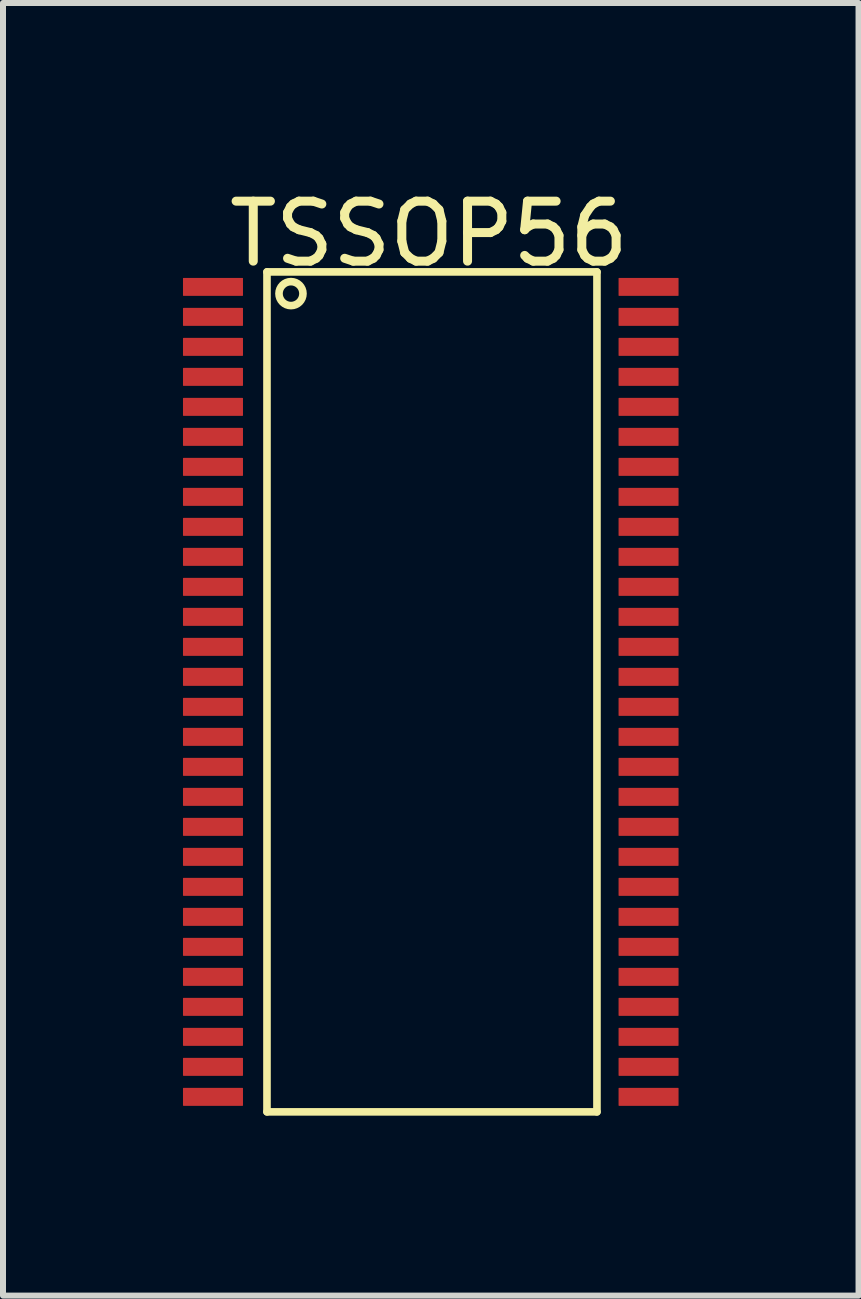
<source format=kicad_pcb>
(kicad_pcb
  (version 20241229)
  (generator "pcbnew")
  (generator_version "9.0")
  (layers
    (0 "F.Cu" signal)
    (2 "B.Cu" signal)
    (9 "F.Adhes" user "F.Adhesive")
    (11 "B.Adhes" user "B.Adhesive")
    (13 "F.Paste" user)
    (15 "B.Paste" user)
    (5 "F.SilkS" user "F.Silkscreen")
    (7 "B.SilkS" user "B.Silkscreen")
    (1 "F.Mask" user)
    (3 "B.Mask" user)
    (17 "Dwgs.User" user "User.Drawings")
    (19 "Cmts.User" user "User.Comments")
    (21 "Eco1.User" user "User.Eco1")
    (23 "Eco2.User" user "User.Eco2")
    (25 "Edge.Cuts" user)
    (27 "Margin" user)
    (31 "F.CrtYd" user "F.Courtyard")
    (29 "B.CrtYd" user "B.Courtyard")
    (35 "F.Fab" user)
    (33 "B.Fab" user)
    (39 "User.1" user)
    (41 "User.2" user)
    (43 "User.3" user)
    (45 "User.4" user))
  (footprint "TSSOP56"
    (layer "F.Cu")
    (at 4.1 8.482)
    (property "Reference" "TSSOP56" (at 0 -7.634 0) (layer "F.SilkS") (effects (font (size 1 1) (thickness 0.15))))
    (attr smd)
    (fp_line (start -2.7 -7) (end -2.7 7) (stroke (width 0.127) (type solid)) (layer "F.SilkS"))
    (fp_line (start -2.7 7) (end 2.8 7) (stroke (width 0.127) (type solid)) (layer "F.SilkS"))
    (fp_line (start 2.8 -7) (end -2.7 -7) (stroke (width 0.127) (type solid)) (layer "F.SilkS"))
    (fp_line (start 2.8 7) (end 2.8 -7) (stroke (width 0.127) (type solid)) (layer "F.SilkS"))
    (fp_circle (center -2.3 -6.638) (end -2.1 -6.638) (stroke (width 0.127) (type solid)) (fill no) (layer "F.SilkS"))
    (pad "1" smd roundrect (at -3.6 -6.75) (size 1 0.3) (layers "F.Cu" "F.Mask" "F.Paste") (roundrect_rratio 0.03))
    (pad "2" smd roundrect (at -3.6 -6.25) (size 1 0.3) (layers "F.Cu" "F.Mask" "F.Paste") (roundrect_rratio 0.03))
    (pad "3" smd roundrect (at -3.6 -5.75) (size 1 0.3) (layers "F.Cu" "F.Mask" "F.Paste") (roundrect_rratio 0.03))
    (pad "4" smd roundrect (at -3.6 -5.25) (size 1 0.3) (layers "F.Cu" "F.Mask" "F.Paste") (roundrect_rratio 0.03))
    (pad "5" smd roundrect (at -3.6 -4.75) (size 1 0.3) (layers "F.Cu" "F.Mask" "F.Paste") (roundrect_rratio 0.03))
    (pad "6" smd roundrect (at -3.6 -4.25) (size 1 0.3) (layers "F.Cu" "F.Mask" "F.Paste") (roundrect_rratio 0.03))
    (pad "7" smd roundrect (at -3.6 -3.75) (size 1 0.3) (layers "F.Cu" "F.Mask" "F.Paste") (roundrect_rratio 0.03))
    (pad "8" smd roundrect (at -3.6 -3.25) (size 1 0.3) (layers "F.Cu" "F.Mask" "F.Paste") (roundrect_rratio 0.03))
    (pad "9" smd roundrect (at -3.6 -2.75) (size 1 0.3) (layers "F.Cu" "F.Mask" "F.Paste") (roundrect_rratio 0.03))
    (pad "10" smd roundrect (at -3.6 -2.25) (size 1 0.3) (layers "F.Cu" "F.Mask" "F.Paste") (roundrect_rratio 0.03))
    (pad "11" smd roundrect (at -3.6 -1.75) (size 1 0.3) (layers "F.Cu" "F.Mask" "F.Paste") (roundrect_rratio 0.03))
    (pad "12" smd roundrect (at -3.6 -1.25) (size 1 0.3) (layers "F.Cu" "F.Mask" "F.Paste") (roundrect_rratio 0.03))
    (pad "13" smd roundrect (at -3.6 -0.75) (size 1 0.3) (layers "F.Cu" "F.Mask" "F.Paste") (roundrect_rratio 0.03))
    (pad "14" smd roundrect (at -3.6 -0.25) (size 1 0.3) (layers "F.Cu" "F.Mask" "F.Paste") (roundrect_rratio 0.03))
    (pad "15" smd roundrect (at -3.6 0.25) (size 1 0.3) (layers "F.Cu" "F.Mask" "F.Paste") (roundrect_rratio 0.03))
    (pad "16" smd roundrect (at -3.6 0.75) (size 1 0.3) (layers "F.Cu" "F.Mask" "F.Paste") (roundrect_rratio 0.03))
    (pad "17" smd roundrect (at -3.6 1.25) (size 1 0.3) (layers "F.Cu" "F.Mask" "F.Paste") (roundrect_rratio 0.03))
    (pad "18" smd roundrect (at -3.6 1.75) (size 1 0.3) (layers "F.Cu" "F.Mask" "F.Paste") (roundrect_rratio 0.03))
    (pad "19" smd roundrect (at -3.6 2.25) (size 1 0.3) (layers "F.Cu" "F.Mask" "F.Paste") (roundrect_rratio 0.03))
    (pad "20" smd roundrect (at -3.6 2.75) (size 1 0.3) (layers "F.Cu" "F.Mask" "F.Paste") (roundrect_rratio 0.03))
    (pad "21" smd roundrect (at -3.6 3.25) (size 1 0.3) (layers "F.Cu" "F.Mask" "F.Paste") (roundrect_rratio 0.03))
    (pad "22" smd roundrect (at -3.6 3.75) (size 1 0.3) (layers "F.Cu" "F.Mask" "F.Paste") (roundrect_rratio 0.03))
    (pad "23" smd roundrect (at -3.6 4.25) (size 1 0.3) (layers "F.Cu" "F.Mask" "F.Paste") (roundrect_rratio 0.03))
    (pad "24" smd roundrect (at -3.6 4.75) (size 1 0.3) (layers "F.Cu" "F.Mask" "F.Paste") (roundrect_rratio 0.03))
    (pad "25" smd roundrect (at -3.6 5.25) (size 1 0.3) (layers "F.Cu" "F.Mask" "F.Paste") (roundrect_rratio 0.03))
    (pad "26" smd roundrect (at -3.6 5.75) (size 1 0.3) (layers "F.Cu" "F.Mask" "F.Paste") (roundrect_rratio 0.03))
    (pad "27" smd roundrect (at -3.6 6.25) (size 1 0.3) (layers "F.Cu" "F.Mask" "F.Paste") (roundrect_rratio 0.03))
    (pad "28" smd roundrect (at -3.6 6.75) (size 1 0.3) (layers "F.Cu" "F.Mask" "F.Paste") (roundrect_rratio 0.03))
    (pad "29" smd roundrect (at 3.66 6.75) (size 1 0.3) (layers "F.Cu" "F.Mask" "F.Paste") (roundrect_rratio 0.03))
    (pad "30" smd roundrect (at 3.66 6.25) (size 1 0.3) (layers "F.Cu" "F.Mask" "F.Paste") (roundrect_rratio 0.03))
    (pad "31" smd roundrect (at 3.66 5.75) (size 1 0.3) (layers "F.Cu" "F.Mask" "F.Paste") (roundrect_rratio 0.03))
    (pad "32" smd roundrect (at 3.66 5.25) (size 1 0.3) (layers "F.Cu" "F.Mask" "F.Paste") (roundrect_rratio 0.03))
    (pad "33" smd roundrect (at 3.66 4.75) (size 1 0.3) (layers "F.Cu" "F.Mask" "F.Paste") (roundrect_rratio 0.03))
    (pad "34" smd roundrect (at 3.66 4.25) (size 1 0.3) (layers "F.Cu" "F.Mask" "F.Paste") (roundrect_rratio 0.03))
    (pad "35" smd roundrect (at 3.66 3.75) (size 1 0.3) (layers "F.Cu" "F.Mask" "F.Paste") (roundrect_rratio 0.03))
    (pad "36" smd roundrect (at 3.66 3.25) (size 1 0.3) (layers "F.Cu" "F.Mask" "F.Paste") (roundrect_rratio 0.03))
    (pad "37" smd roundrect (at 3.66 2.75) (size 1 0.3) (layers "F.Cu" "F.Mask" "F.Paste") (roundrect_rratio 0.03))
    (pad "38" smd roundrect (at 3.66 2.25) (size 1 0.3) (layers "F.Cu" "F.Mask" "F.Paste") (roundrect_rratio 0.03))
    (pad "39" smd roundrect (at 3.66 1.75) (size 1 0.3) (layers "F.Cu" "F.Mask" "F.Paste") (roundrect_rratio 0.03))
    (pad "40" smd roundrect (at 3.66 1.25) (size 1 0.3) (layers "F.Cu" "F.Mask" "F.Paste") (roundrect_rratio 0.03))
    (pad "41" smd roundrect (at 3.66 0.75) (size 1 0.3) (layers "F.Cu" "F.Mask" "F.Paste") (roundrect_rratio 0.03))
    (pad "42" smd roundrect (at 3.66 0.25) (size 1 0.3) (layers "F.Cu" "F.Mask" "F.Paste") (roundrect_rratio 0.03))
    (pad "43" smd roundrect (at 3.66 -0.25) (size 1 0.3) (layers "F.Cu" "F.Mask" "F.Paste") (roundrect_rratio 0.03))
    (pad "44" smd roundrect (at 3.66 -0.75) (size 1 0.3) (layers "F.Cu" "F.Mask" "F.Paste") (roundrect_rratio 0.03))
    (pad "45" smd roundrect (at 3.66 -1.25) (size 1 0.3) (layers "F.Cu" "F.Mask" "F.Paste") (roundrect_rratio 0.03))
    (pad "46" smd roundrect (at 3.66 -1.75) (size 1 0.3) (layers "F.Cu" "F.Mask" "F.Paste") (roundrect_rratio 0.03))
    (pad "47" smd roundrect (at 3.66 -2.25) (size 1 0.3) (layers "F.Cu" "F.Mask" "F.Paste") (roundrect_rratio 0.03))
    (pad "48" smd roundrect (at 3.66 -2.75) (size 1 0.3) (layers "F.Cu" "F.Mask" "F.Paste") (roundrect_rratio 0.03))
    (pad "49" smd roundrect (at 3.66 -3.25) (size 1 0.3) (layers "F.Cu" "F.Mask" "F.Paste") (roundrect_rratio 0.03))
    (pad "50" smd roundrect (at 3.66 -3.75) (size 1 0.3) (layers "F.Cu" "F.Mask" "F.Paste") (roundrect_rratio 0.03))
    (pad "51" smd roundrect (at 3.66 -4.25) (size 1 0.3) (layers "F.Cu" "F.Mask" "F.Paste") (roundrect_rratio 0.03))
    (pad "52" smd roundrect (at 3.66 -4.75) (size 1 0.3) (layers "F.Cu" "F.Mask" "F.Paste") (roundrect_rratio 0.03))
    (pad "53" smd roundrect (at 3.66 -5.25) (size 1 0.3) (layers "F.Cu" "F.Mask" "F.Paste") (roundrect_rratio 0.03))
    (pad "54" smd roundrect (at 3.66 -5.75) (size 1 0.3) (layers "F.Cu" "F.Mask" "F.Paste") (roundrect_rratio 0.03))
    (pad "55" smd roundrect (at 3.66 -6.25) (size 1 0.3) (layers "F.Cu" "F.Mask" "F.Paste") (roundrect_rratio 0.03))
    (pad "56" smd roundrect (at 3.66 -6.75) (size 1 0.3) (layers "F.Cu" "F.Mask" "F.Paste") (roundrect_rratio 0.03)))
  (gr_rect
    (start -3 -3)
    (end 11.26 18.545)
    (stroke (width 0.1) (type default))
    (fill no)
    (layer "Edge.Cuts")))
</source>
